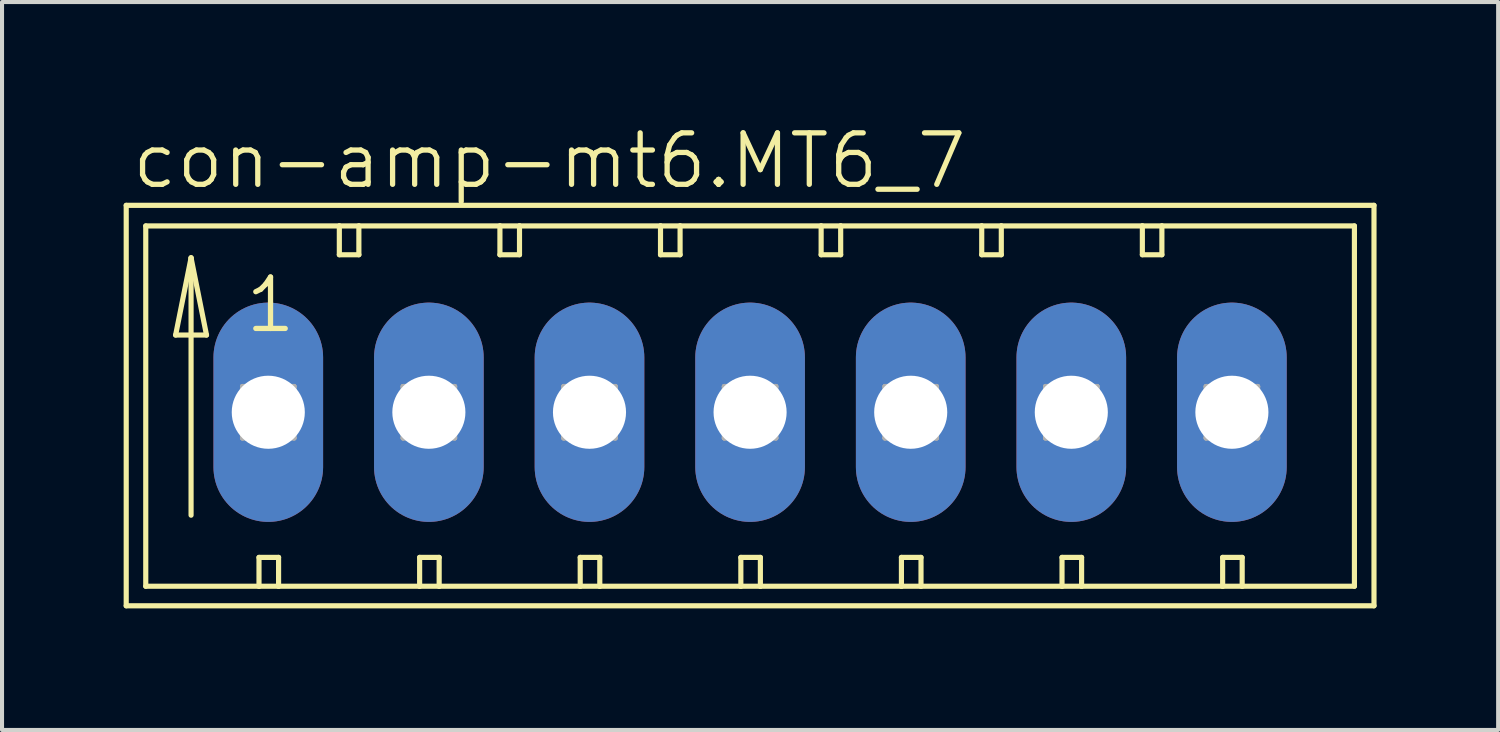
<source format=kicad_pcb>
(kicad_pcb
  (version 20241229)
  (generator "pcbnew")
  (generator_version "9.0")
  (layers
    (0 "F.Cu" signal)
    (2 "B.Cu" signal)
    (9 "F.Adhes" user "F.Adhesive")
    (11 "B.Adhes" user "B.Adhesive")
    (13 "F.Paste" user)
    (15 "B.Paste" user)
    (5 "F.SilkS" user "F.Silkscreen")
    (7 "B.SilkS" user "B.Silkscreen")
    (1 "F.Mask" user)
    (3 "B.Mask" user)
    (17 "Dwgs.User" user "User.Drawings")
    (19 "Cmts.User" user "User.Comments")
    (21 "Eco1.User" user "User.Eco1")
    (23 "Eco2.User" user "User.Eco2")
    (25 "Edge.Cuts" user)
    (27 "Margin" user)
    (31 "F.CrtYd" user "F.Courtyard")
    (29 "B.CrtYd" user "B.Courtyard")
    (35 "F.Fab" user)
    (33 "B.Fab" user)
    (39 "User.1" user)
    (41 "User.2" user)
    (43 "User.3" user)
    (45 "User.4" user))
  (footprint "con-amp-mt6.MT6_7"
    (layer "F.Cu")
    (at 1.029 7.121)
    (property "Reference" "con-amp-mt6.MT6_7" (at -0.889 -5.461 0) (layer "F.SilkS") (effects (font (size 1.27 1.27) (thickness 0.13)) (justify left bottom)))
    (attr through_hole)
    (fp_line (start -0.965 -5.105) (end -0.965 4.775) (stroke (width 0.127) (type default)) (layer "F.SilkS"))
    (fp_line (start -0.965 4.775) (end 29.82 4.775) (stroke (width 0.127) (type default)) (layer "F.SilkS"))
    (fp_line (start -0.483 -4.597) (end -0.483 4.293) (stroke (width 0.127) (type default)) (layer "F.SilkS"))
    (fp_line (start -0.483 4.293) (end 2.311 4.293) (stroke (width 0.127) (type default)) (layer "F.SilkS"))
    (fp_line (start 0.254 -1.905) (end 1.016 -1.905) (stroke (width 0.127) (type default)) (layer "F.SilkS"))
    (fp_line (start 0.635 -3.81) (end 0.254 -1.905) (stroke (width 0.127) (type default)) (layer "F.SilkS"))
    (fp_line (start 0.635 -3.81) (end 1.016 -1.905) (stroke (width 0.127) (type default)) (layer "F.SilkS"))
    (fp_line (start 0.635 2.54) (end 0.635 -3.81) (stroke (width 0.127) (type default)) (layer "F.SilkS"))
    (fp_line (start 2.311 3.581) (end 2.311 4.293) (stroke (width 0.127) (type default)) (layer "F.SilkS"))
    (fp_line (start 2.311 3.581) (end 2.794 3.581) (stroke (width 0.127) (type default)) (layer "F.SilkS"))
    (fp_line (start 2.311 4.293) (end 2.794 4.293) (stroke (width 0.127) (type default)) (layer "F.SilkS"))
    (fp_line (start 2.794 3.581) (end 2.794 4.293) (stroke (width 0.127) (type default)) (layer "F.SilkS"))
    (fp_line (start 2.794 4.293) (end 6.274 4.293) (stroke (width 0.127) (type default)) (layer "F.SilkS"))
    (fp_line (start 4.293 -4.597) (end -0.483 -4.597) (stroke (width 0.127) (type default)) (layer "F.SilkS"))
    (fp_line (start 4.293 -4.597) (end 4.293 -3.886) (stroke (width 0.127) (type default)) (layer "F.SilkS"))
    (fp_line (start 4.293 -3.886) (end 4.775 -3.886) (stroke (width 0.127) (type default)) (layer "F.SilkS"))
    (fp_line (start 4.775 -4.597) (end 4.293 -4.597) (stroke (width 0.127) (type default)) (layer "F.SilkS"))
    (fp_line (start 4.775 -3.886) (end 4.775 -4.597) (stroke (width 0.127) (type default)) (layer "F.SilkS"))
    (fp_line (start 6.274 3.581) (end 6.274 4.293) (stroke (width 0.127) (type default)) (layer "F.SilkS"))
    (fp_line (start 6.274 3.581) (end 6.756 3.581) (stroke (width 0.127) (type default)) (layer "F.SilkS"))
    (fp_line (start 6.274 4.293) (end 6.756 4.293) (stroke (width 0.127) (type default)) (layer "F.SilkS"))
    (fp_line (start 6.756 3.581) (end 6.756 4.293) (stroke (width 0.127) (type default)) (layer "F.SilkS"))
    (fp_line (start 6.756 4.293) (end 10.236 4.293) (stroke (width 0.127) (type default)) (layer "F.SilkS"))
    (fp_line (start 8.255 -4.597) (end 4.775 -4.597) (stroke (width 0.127) (type default)) (layer "F.SilkS"))
    (fp_line (start 8.255 -3.886) (end 8.255 -4.597) (stroke (width 0.127) (type default)) (layer "F.SilkS"))
    (fp_line (start 8.255 -3.886) (end 8.738 -3.886) (stroke (width 0.127) (type default)) (layer "F.SilkS"))
    (fp_line (start 8.738 -4.597) (end 8.255 -4.597) (stroke (width 0.127) (type default)) (layer "F.SilkS"))
    (fp_line (start 8.738 -3.886) (end 8.738 -4.597) (stroke (width 0.127) (type default)) (layer "F.SilkS"))
    (fp_line (start 10.236 3.581) (end 10.236 4.293) (stroke (width 0.127) (type default)) (layer "F.SilkS"))
    (fp_line (start 10.236 3.581) (end 10.719 3.581) (stroke (width 0.127) (type default)) (layer "F.SilkS"))
    (fp_line (start 10.236 4.293) (end 10.719 4.293) (stroke (width 0.127) (type default)) (layer "F.SilkS"))
    (fp_line (start 10.719 3.581) (end 10.719 4.293) (stroke (width 0.127) (type default)) (layer "F.SilkS"))
    (fp_line (start 10.719 4.293) (end 14.199 4.293) (stroke (width 0.127) (type default)) (layer "F.SilkS"))
    (fp_line (start 12.217 -4.597) (end 8.738 -4.597) (stroke (width 0.127) (type default)) (layer "F.SilkS"))
    (fp_line (start 12.217 -3.886) (end 12.217 -4.597) (stroke (width 0.127) (type default)) (layer "F.SilkS"))
    (fp_line (start 12.217 -3.886) (end 12.7 -3.886) (stroke (width 0.127) (type default)) (layer "F.SilkS"))
    (fp_line (start 12.7 -4.597) (end 12.217 -4.597) (stroke (width 0.127) (type default)) (layer "F.SilkS"))
    (fp_line (start 12.7 -3.886) (end 12.7 -4.597) (stroke (width 0.127) (type default)) (layer "F.SilkS"))
    (fp_line (start 14.199 3.581) (end 14.199 4.293) (stroke (width 0.127) (type default)) (layer "F.SilkS"))
    (fp_line (start 14.199 3.581) (end 14.681 3.581) (stroke (width 0.127) (type default)) (layer "F.SilkS"))
    (fp_line (start 14.199 4.293) (end 14.681 4.293) (stroke (width 0.127) (type default)) (layer "F.SilkS"))
    (fp_line (start 14.681 3.581) (end 14.681 4.293) (stroke (width 0.127) (type default)) (layer "F.SilkS"))
    (fp_line (start 14.681 4.293) (end 18.161 4.293) (stroke (width 0.127) (type default)) (layer "F.SilkS"))
    (fp_line (start 16.18 -4.597) (end 12.7 -4.597) (stroke (width 0.127) (type default)) (layer "F.SilkS"))
    (fp_line (start 16.18 -3.886) (end 16.18 -4.597) (stroke (width 0.127) (type default)) (layer "F.SilkS"))
    (fp_line (start 16.18 -3.886) (end 16.662 -3.886) (stroke (width 0.127) (type default)) (layer "F.SilkS"))
    (fp_line (start 16.662 -4.597) (end 16.18 -4.597) (stroke (width 0.127) (type default)) (layer "F.SilkS"))
    (fp_line (start 16.662 -3.886) (end 16.662 -4.597) (stroke (width 0.127) (type default)) (layer "F.SilkS"))
    (fp_line (start 18.161 3.581) (end 18.161 4.293) (stroke (width 0.127) (type default)) (layer "F.SilkS"))
    (fp_line (start 18.161 3.581) (end 18.644 3.581) (stroke (width 0.127) (type default)) (layer "F.SilkS"))
    (fp_line (start 18.161 4.293) (end 18.644 4.293) (stroke (width 0.127) (type default)) (layer "F.SilkS"))
    (fp_line (start 18.644 3.581) (end 18.644 4.293) (stroke (width 0.127) (type default)) (layer "F.SilkS"))
    (fp_line (start 18.644 4.293) (end 22.123 4.293) (stroke (width 0.127) (type default)) (layer "F.SilkS"))
    (fp_line (start 20.142 -4.597) (end 16.662 -4.597) (stroke (width 0.127) (type default)) (layer "F.SilkS"))
    (fp_line (start 20.142 -3.886) (end 20.142 -4.597) (stroke (width 0.127) (type default)) (layer "F.SilkS"))
    (fp_line (start 20.142 -3.886) (end 20.625 -3.886) (stroke (width 0.127) (type default)) (layer "F.SilkS"))
    (fp_line (start 20.625 -4.597) (end 20.142 -4.597) (stroke (width 0.127) (type default)) (layer "F.SilkS"))
    (fp_line (start 20.625 -3.886) (end 20.625 -4.597) (stroke (width 0.127) (type default)) (layer "F.SilkS"))
    (fp_line (start 22.123 3.581) (end 22.123 4.293) (stroke (width 0.127) (type default)) (layer "F.SilkS"))
    (fp_line (start 22.123 3.581) (end 22.606 3.581) (stroke (width 0.127) (type default)) (layer "F.SilkS"))
    (fp_line (start 22.123 4.293) (end 22.606 4.293) (stroke (width 0.127) (type default)) (layer "F.SilkS"))
    (fp_line (start 22.606 3.581) (end 22.606 4.293) (stroke (width 0.127) (type default)) (layer "F.SilkS"))
    (fp_line (start 22.606 4.293) (end 26.086 4.293) (stroke (width 0.127) (type default)) (layer "F.SilkS"))
    (fp_line (start 24.105 -4.597) (end 20.625 -4.597) (stroke (width 0.127) (type default)) (layer "F.SilkS"))
    (fp_line (start 24.105 -3.886) (end 24.105 -4.597) (stroke (width 0.127) (type default)) (layer "F.SilkS"))
    (fp_line (start 24.105 -3.886) (end 24.587 -3.886) (stroke (width 0.127) (type default)) (layer "F.SilkS"))
    (fp_line (start 24.587 -4.597) (end 24.105 -4.597) (stroke (width 0.127) (type default)) (layer "F.SilkS"))
    (fp_line (start 24.587 -3.886) (end 24.587 -4.597) (stroke (width 0.127) (type default)) (layer "F.SilkS"))
    (fp_line (start 26.086 3.581) (end 26.086 4.293) (stroke (width 0.127) (type default)) (layer "F.SilkS"))
    (fp_line (start 26.086 3.581) (end 26.568 3.581) (stroke (width 0.127) (type default)) (layer "F.SilkS"))
    (fp_line (start 26.086 4.293) (end 26.568 4.293) (stroke (width 0.127) (type default)) (layer "F.SilkS"))
    (fp_line (start 26.568 3.581) (end 26.568 4.293) (stroke (width 0.127) (type default)) (layer "F.SilkS"))
    (fp_line (start 26.568 4.293) (end 29.337 4.293) (stroke (width 0.127) (type default)) (layer "F.SilkS"))
    (fp_line (start 29.337 -4.597) (end 24.587 -4.597) (stroke (width 0.127) (type default)) (layer "F.SilkS"))
    (fp_line (start 29.337 4.293) (end 29.337 -4.597) (stroke (width 0.127) (type default)) (layer "F.SilkS"))
    (fp_line (start 29.82 -5.105) (end -0.965 -5.105) (stroke (width 0.127) (type default)) (layer "F.SilkS"))
    (fp_line (start 29.82 4.775) (end 29.82 -5.105) (stroke (width 0.127) (type default)) (layer "F.SilkS"))
    (fp_line (start 1.905 -0.635) (end 1.905 0.635) (stroke (width 0.127) (type default)) (layer "F.Fab"))
    (fp_line (start 1.905 -0.635) (end 3.175 0.635) (stroke (width 0.127) (type default)) (layer "F.Fab"))
    (fp_line (start 1.905 0.635) (end 3.175 0.635) (stroke (width 0.127) (type default)) (layer "F.Fab"))
    (fp_line (start 3.175 -0.635) (end 1.905 -0.635) (stroke (width 0.127) (type default)) (layer "F.Fab"))
    (fp_line (start 3.175 -0.635) (end 1.905 0.635) (stroke (width 0.127) (type default)) (layer "F.Fab"))
    (fp_line (start 3.175 0.635) (end 3.175 -0.635) (stroke (width 0.127) (type default)) (layer "F.Fab"))
    (fp_line (start 5.867 -0.635) (end 5.867 0.635) (stroke (width 0.127) (type default)) (layer "F.Fab"))
    (fp_line (start 5.867 -0.635) (end 7.137 0.635) (stroke (width 0.127) (type default)) (layer "F.Fab"))
    (fp_line (start 5.867 0.635) (end 7.137 0.635) (stroke (width 0.127) (type default)) (layer "F.Fab"))
    (fp_line (start 7.137 -0.635) (end 5.867 -0.635) (stroke (width 0.127) (type default)) (layer "F.Fab"))
    (fp_line (start 7.137 -0.635) (end 5.867 0.635) (stroke (width 0.127) (type default)) (layer "F.Fab"))
    (fp_line (start 7.137 0.635) (end 7.137 -0.635) (stroke (width 0.127) (type default)) (layer "F.Fab"))
    (fp_line (start 9.83 -0.635) (end 9.83 0.635) (stroke (width 0.127) (type default)) (layer "F.Fab"))
    (fp_line (start 9.83 -0.635) (end 11.1 0.635) (stroke (width 0.127) (type default)) (layer "F.Fab"))
    (fp_line (start 9.83 0.635) (end 11.1 0.635) (stroke (width 0.127) (type default)) (layer "F.Fab"))
    (fp_line (start 11.1 -0.635) (end 9.83 -0.635) (stroke (width 0.127) (type default)) (layer "F.Fab"))
    (fp_line (start 11.1 -0.635) (end 9.83 0.635) (stroke (width 0.127) (type default)) (layer "F.Fab"))
    (fp_line (start 11.1 0.635) (end 11.1 -0.635) (stroke (width 0.127) (type default)) (layer "F.Fab"))
    (fp_line (start 13.792 -0.635) (end 13.792 0.635) (stroke (width 0.127) (type default)) (layer "F.Fab"))
    (fp_line (start 13.792 -0.635) (end 15.062 0.635) (stroke (width 0.127) (type default)) (layer "F.Fab"))
    (fp_line (start 13.792 0.635) (end 15.062 0.635) (stroke (width 0.127) (type default)) (layer "F.Fab"))
    (fp_line (start 15.062 -0.635) (end 13.792 -0.635) (stroke (width 0.127) (type default)) (layer "F.Fab"))
    (fp_line (start 15.062 -0.635) (end 13.792 0.635) (stroke (width 0.127) (type default)) (layer "F.Fab"))
    (fp_line (start 15.062 0.635) (end 15.062 -0.635) (stroke (width 0.127) (type default)) (layer "F.Fab"))
    (fp_line (start 17.755 -0.635) (end 17.755 0.635) (stroke (width 0.127) (type default)) (layer "F.Fab"))
    (fp_line (start 17.755 -0.635) (end 19.025 0.635) (stroke (width 0.127) (type default)) (layer "F.Fab"))
    (fp_line (start 17.755 0.635) (end 19.025 0.635) (stroke (width 0.127) (type default)) (layer "F.Fab"))
    (fp_line (start 19.025 -0.635) (end 17.755 -0.635) (stroke (width 0.127) (type default)) (layer "F.Fab"))
    (fp_line (start 19.025 -0.635) (end 17.755 0.635) (stroke (width 0.127) (type default)) (layer "F.Fab"))
    (fp_line (start 19.025 0.635) (end 19.025 -0.635) (stroke (width 0.127) (type default)) (layer "F.Fab"))
    (fp_line (start 21.717 -0.635) (end 21.717 0.635) (stroke (width 0.127) (type default)) (layer "F.Fab"))
    (fp_line (start 21.717 -0.635) (end 22.987 0.635) (stroke (width 0.127) (type default)) (layer "F.Fab"))
    (fp_line (start 21.717 0.635) (end 22.987 0.635) (stroke (width 0.127) (type default)) (layer "F.Fab"))
    (fp_line (start 22.987 -0.635) (end 21.717 -0.635) (stroke (width 0.127) (type default)) (layer "F.Fab"))
    (fp_line (start 22.987 -0.635) (end 21.717 0.635) (stroke (width 0.127) (type default)) (layer "F.Fab"))
    (fp_line (start 22.987 0.635) (end 22.987 -0.635) (stroke (width 0.127) (type default)) (layer "F.Fab"))
    (fp_line (start 25.679 -0.635) (end 25.679 0.635) (stroke (width 0.127) (type default)) (layer "F.Fab"))
    (fp_line (start 25.679 -0.635) (end 26.949 0.635) (stroke (width 0.127) (type default)) (layer "F.Fab"))
    (fp_line (start 25.679 0.635) (end 26.949 0.635) (stroke (width 0.127) (type default)) (layer "F.Fab"))
    (fp_line (start 26.949 -0.635) (end 25.679 -0.635) (stroke (width 0.127) (type default)) (layer "F.Fab"))
    (fp_line (start 26.949 -0.635) (end 25.679 0.635) (stroke (width 0.127) (type default)) (layer "F.Fab"))
    (fp_line (start 26.949 0.635) (end 26.949 -0.635) (stroke (width 0.127) (type default)) (layer "F.Fab"))
    (fp_text user "1" (at 1.905 -1.905 0) (layer "F.SilkS") (effects (font (size 1.27 1.27) (thickness 0.13)) (justify left bottom)))
    (pad "1" thru_hole oval (at 2.54 0 90) (size 5.41 2.705) (drill 1.803) (layers "*.Cu" "*.Mask"))
    (pad "2" thru_hole oval (at 6.502 0 90) (size 5.41 2.705) (drill 1.803) (layers "*.Cu" "*.Mask"))
    (pad "3" thru_hole oval (at 10.465 0 90) (size 5.41 2.705) (drill 1.803) (layers "*.Cu" "*.Mask"))
    (pad "4" thru_hole oval (at 14.427 0 90) (size 5.41 2.705) (drill 1.803) (layers "*.Cu" "*.Mask"))
    (pad "5" thru_hole oval (at 18.39 0 90) (size 5.41 2.705) (drill 1.803) (layers "*.Cu" "*.Mask"))
    (pad "6" thru_hole oval (at 22.352 0 90) (size 5.41 2.705) (drill 1.803) (layers "*.Cu" "*.Mask"))
    (pad "7" thru_hole oval (at 26.314 0 90) (size 5.41 2.705) (drill 1.803) (layers "*.Cu" "*.Mask")))
  (gr_rect
    (start -3 -3)
    (end 33.912 14.96)
    (stroke (width 0.1) (type default))
    (fill no)
    (layer "Edge.Cuts")))
</source>
